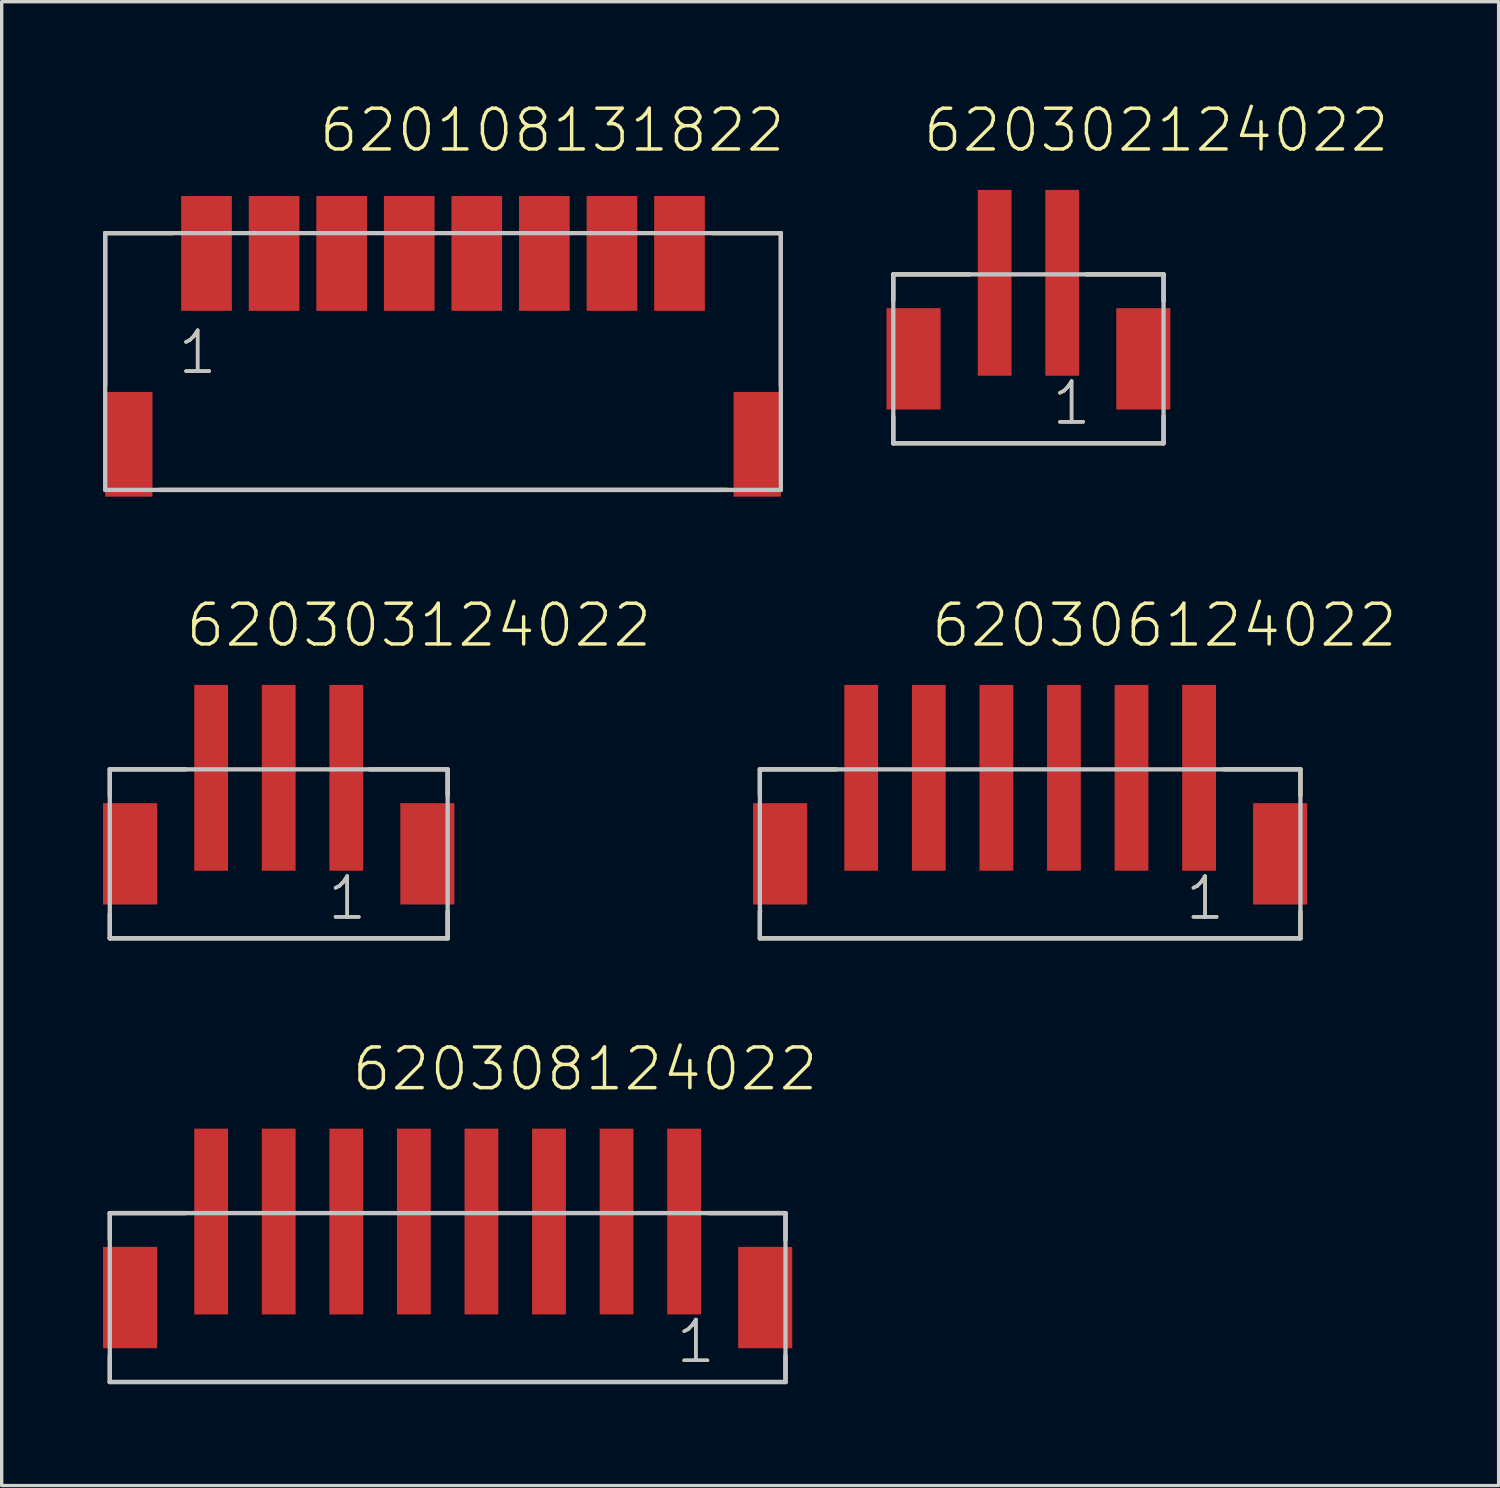
<source format=kicad_pcb>
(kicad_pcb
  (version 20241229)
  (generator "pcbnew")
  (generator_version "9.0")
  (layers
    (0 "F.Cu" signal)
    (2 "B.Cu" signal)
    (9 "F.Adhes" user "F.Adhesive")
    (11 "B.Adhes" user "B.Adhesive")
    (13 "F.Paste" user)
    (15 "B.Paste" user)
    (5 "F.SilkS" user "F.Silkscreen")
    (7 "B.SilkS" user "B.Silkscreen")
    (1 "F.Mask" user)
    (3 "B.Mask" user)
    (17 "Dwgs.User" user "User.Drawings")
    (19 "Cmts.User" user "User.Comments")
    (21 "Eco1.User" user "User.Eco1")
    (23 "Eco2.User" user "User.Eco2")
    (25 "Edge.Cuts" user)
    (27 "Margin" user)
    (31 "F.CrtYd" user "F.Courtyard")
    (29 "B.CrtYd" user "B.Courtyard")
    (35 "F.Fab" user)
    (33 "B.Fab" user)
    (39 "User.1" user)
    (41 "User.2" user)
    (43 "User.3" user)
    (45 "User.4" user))
  (footprint "620302124022"
    (layer "F.Cu")
    (at 27.391 5.321)
    (property "Reference" "620302124022" (at -3.175 -3.81 0) (layer "F.SilkS") (effects (font (size 1.206 1.206) (thickness 0.102)) (justify left bottom)))
    (attr through_hole)
    (fp_line (start -4 -0.25) (end -4 0.53) (stroke (width 0.127) (type solid)) (layer "F.SilkS"))
    (fp_line (start -4 3.96) (end -4 4.75) (stroke (width 0.127) (type solid)) (layer "F.SilkS"))
    (fp_line (start -4 4.75) (end 4 4.75) (stroke (width 0.127) (type solid)) (layer "F.SilkS"))
    (fp_line (start -1.75 -0.25) (end -4 -0.25) (stroke (width 0.127) (type solid)) (layer "F.SilkS"))
    (fp_line (start 1.72 -0.25) (end 4 -0.25) (stroke (width 0.127) (type solid)) (layer "F.SilkS"))
    (fp_line (start 4 -0.25) (end 4 0.54) (stroke (width 0.127) (type solid)) (layer "F.SilkS"))
    (fp_line (start 4 4.75) (end 4 3.95) (stroke (width 0.127) (type solid)) (layer "F.SilkS"))
    (fp_line (start -4 -0.25) (end 4 -0.25) (stroke (width 0.127) (type solid)) (layer "Dwgs.User"))
    (fp_line (start -4 4.75) (end -4 -0.25) (stroke (width 0.127) (type solid)) (layer "Dwgs.User"))
    (fp_line (start 4 -0.25) (end 4 4.75) (stroke (width 0.127) (type solid)) (layer "Dwgs.User"))
    (fp_line (start 4 4.75) (end -4 4.75) (stroke (width 0.127) (type solid)) (layer "Dwgs.User"))
    (fp_text user "1" (at 0.635 4.27 0) (layer "F.SilkS") (effects (font (size 1.206 1.206) (thickness 0.102)) (justify left bottom)))
    (fp_text user "1" (at 0.635 4.27 0) (layer "Dwgs.User") (effects (font (size 1.206 1.206) (thickness 0.102)) (justify left bottom)))
    (pad "1" smd rect (at 1 0) (size 1 5.5) (layers "F.Cu" "F.Mask" "F.Paste"))
    (pad "2" smd rect (at -1 0) (size 1 5.5) (layers "F.Cu" "F.Mask" "F.Paste"))
    (pad "Z1" smd rect (at 3.4 2.25 90) (size 3 1.6) (layers "F.Cu" "F.Mask" "F.Paste"))
    (pad "Z2" smd rect (at -3.4 2.25 90) (size 3 1.6) (layers "F.Cu" "F.Mask" "F.Paste")))
  (footprint "620306124022"
    (layer "F.Cu")
    (at 27.442 19.973)
    (property "Reference" "620306124022" (at -2.985 -3.81 0) (layer "F.SilkS") (effects (font (size 1.206 1.206) (thickness 0.102)) (justify left bottom)))
    (attr through_hole)
    (fp_line (start -8 -0.25) (end -8 0.51) (stroke (width 0.127) (type solid)) (layer "F.SilkS"))
    (fp_line (start -8 3.96) (end -8 4.75) (stroke (width 0.127) (type solid)) (layer "F.SilkS"))
    (fp_line (start -8 4.75) (end 8 4.75) (stroke (width 0.127) (type solid)) (layer "F.SilkS"))
    (fp_line (start -7.99 3.96) (end -8 3.96) (stroke (width 0.127) (type solid)) (layer "F.SilkS"))
    (fp_line (start -5.75 -0.25) (end -8 -0.25) (stroke (width 0.127) (type solid)) (layer "F.SilkS"))
    (fp_line (start 5.74 -0.25) (end 8 -0.25) (stroke (width 0.127) (type solid)) (layer "F.SilkS"))
    (fp_line (start 8 -0.25) (end 8 0.52) (stroke (width 0.127) (type solid)) (layer "F.SilkS"))
    (fp_line (start 8 4.75) (end 8 3.96) (stroke (width 0.127) (type solid)) (layer "F.SilkS"))
    (fp_line (start -8 -0.25) (end 8 -0.25) (stroke (width 0.127) (type solid)) (layer "Dwgs.User"))
    (fp_line (start -8 4.75) (end -8 -0.25) (stroke (width 0.127) (type solid)) (layer "Dwgs.User"))
    (fp_line (start 8 -0.25) (end 8 4.75) (stroke (width 0.127) (type solid)) (layer "Dwgs.User"))
    (fp_line (start 8 4.75) (end -8 4.75) (stroke (width 0.127) (type solid)) (layer "Dwgs.User"))
    (fp_text user "1" (at 4.535 4.27 0) (layer "F.SilkS") (effects (font (size 1.206 1.206) (thickness 0.102)) (justify left bottom)))
    (fp_text user "1" (at 4.535 4.27 0) (layer "Dwgs.User") (effects (font (size 1.206 1.206) (thickness 0.102)) (justify left bottom)))
    (pad "1" smd rect (at 5 0) (size 1 5.5) (layers "F.Cu" "F.Mask" "F.Paste"))
    (pad "2" smd rect (at 3 0) (size 1 5.5) (layers "F.Cu" "F.Mask" "F.Paste"))
    (pad "3" smd rect (at 1 0) (size 1 5.5) (layers "F.Cu" "F.Mask" "F.Paste"))
    (pad "4" smd rect (at -1 0) (size 1 5.5) (layers "F.Cu" "F.Mask" "F.Paste"))
    (pad "5" smd rect (at -3 0) (size 1 5.5) (layers "F.Cu" "F.Mask" "F.Paste"))
    (pad "6" smd rect (at -5 0) (size 1 5.5) (layers "F.Cu" "F.Mask" "F.Paste"))
    (pad "Z1" smd rect (at 7.4 2.25 90) (size 3 1.6) (layers "F.Cu" "F.Mask" "F.Paste"))
    (pad "Z2" smd rect (at -7.4 2.25 90) (size 3 1.6) (layers "F.Cu" "F.Mask" "F.Paste")))
  (footprint "620303124022"
    (layer "F.Cu")
    (at 5.2 19.973)
    (property "Reference" "620303124022" (at -2.81 -3.81 0) (layer "F.SilkS") (effects (font (size 1.206 1.206) (thickness 0.102)) (justify left bottom)))
    (attr through_hole)
    (fp_line (start -5 -0.25) (end -5 0.54) (stroke (width 0.127) (type solid)) (layer "F.SilkS"))
    (fp_line (start -5 4.03) (end -5 4.75) (stroke (width 0.127) (type solid)) (layer "F.SilkS"))
    (fp_line (start -5 4.75) (end 5 4.75) (stroke (width 0.127) (type solid)) (layer "F.SilkS"))
    (fp_line (start -2.76 -0.25) (end -5 -0.25) (stroke (width 0.127) (type solid)) (layer "F.SilkS"))
    (fp_line (start 2.69 -0.25) (end 5 -0.25) (stroke (width 0.127) (type solid)) (layer "F.SilkS"))
    (fp_line (start 5 -0.25) (end 5 0.53) (stroke (width 0.127) (type solid)) (layer "F.SilkS"))
    (fp_line (start 5 4.75) (end 5 3.96) (stroke (width 0.127) (type solid)) (layer "F.SilkS"))
    (fp_line (start -5 -0.25) (end 5 -0.25) (stroke (width 0.127) (type solid)) (layer "Dwgs.User"))
    (fp_line (start -5 4.75) (end -5 -0.25) (stroke (width 0.127) (type solid)) (layer "Dwgs.User"))
    (fp_line (start 5 -0.25) (end 5 4.75) (stroke (width 0.127) (type solid)) (layer "Dwgs.User"))
    (fp_line (start 5 4.75) (end -5 4.75) (stroke (width 0.127) (type solid)) (layer "Dwgs.User"))
    (fp_text user "1" (at 1.385 4.27 0) (layer "F.SilkS") (effects (font (size 1.206 1.206) (thickness 0.102)) (justify left bottom)))
    (fp_text user "1" (at 1.385 4.27 0) (layer "Dwgs.User") (effects (font (size 1.206 1.206) (thickness 0.102)) (justify left bottom)))
    (pad "1" smd rect (at 2 0) (size 1 5.5) (layers "F.Cu" "F.Mask" "F.Paste"))
    (pad "2" smd rect (at 0 0) (size 1 5.5) (layers "F.Cu" "F.Mask" "F.Paste"))
    (pad "3" smd rect (at -2 0) (size 1 5.5) (layers "F.Cu" "F.Mask" "F.Paste"))
    (pad "Z1" smd rect (at 4.4 2.25 90) (size 3 1.6) (layers "F.Cu" "F.Mask" "F.Paste"))
    (pad "Z2" smd rect (at -4.4 2.25 90) (size 3 1.6) (layers "F.Cu" "F.Mask" "F.Paste")))
  (footprint "620108131822"
    (layer "F.Cu")
    (at 10.063 4.451)
    (property "Reference" "620108131822" (at -3.725 -2.94 0) (layer "F.SilkS") (effects (font (size 1.206 1.206) (thickness 0.102)) (justify left bottom)))
    (attr through_hole)
    (fp_line (start -10 -0.6) (end -10 3.9) (stroke (width 0.127) (type solid)) (layer "F.SilkS"))
    (fp_line (start -8.4 7) (end 8.4 7) (stroke (width 0.127) (type solid)) (layer "F.SilkS"))
    (fp_line (start -8 -0.6) (end -10 -0.6) (stroke (width 0.127) (type solid)) (layer "F.SilkS"))
    (fp_line (start 8 -0.6) (end 10 -0.6) (stroke (width 0.127) (type solid)) (layer "F.SilkS"))
    (fp_line (start 10 -0.6) (end 10 3.9) (stroke (width 0.127) (type solid)) (layer "F.SilkS"))
    (fp_line (start -10 -0.6) (end 10 -0.6) (stroke (width 0.127) (type solid)) (layer "Dwgs.User"))
    (fp_line (start -10 7) (end -10 -0.6) (stroke (width 0.127) (type solid)) (layer "Dwgs.User"))
    (fp_line (start 10 -0.6) (end 10 7) (stroke (width 0.127) (type solid)) (layer "Dwgs.User"))
    (fp_line (start 10 7) (end -10 7) (stroke (width 0.127) (type solid)) (layer "Dwgs.User"))
    (fp_text user "1" (at -7.905 3.635 0) (layer "F.SilkS") (effects (font (size 1.206 1.206) (thickness 0.102)) (justify left bottom)))
    (fp_text user "1" (at -7.905 3.635 0) (layer "Dwgs.User") (effects (font (size 1.206 1.206) (thickness 0.102)) (justify left bottom)))
    (pad "1" smd rect (at -7 0 180) (size 1.5 3.4) (layers "F.Cu" "F.Mask" "F.Paste"))
    (pad "2" smd rect (at -5 0 180) (size 1.5 3.4) (layers "F.Cu" "F.Mask" "F.Paste"))
    (pad "3" smd rect (at -3 0 180) (size 1.5 3.4) (layers "F.Cu" "F.Mask" "F.Paste"))
    (pad "4" smd rect (at -1 0 180) (size 1.5 3.4) (layers "F.Cu" "F.Mask" "F.Paste"))
    (pad "5" smd rect (at 1 0 180) (size 1.5 3.4) (layers "F.Cu" "F.Mask" "F.Paste"))
    (pad "6" smd rect (at 3 0 180) (size 1.5 3.4) (layers "F.Cu" "F.Mask" "F.Paste"))
    (pad "7" smd rect (at 5 0 180) (size 1.5 3.4) (layers "F.Cu" "F.Mask" "F.Paste"))
    (pad "8" smd rect (at 7 0 180) (size 1.5 3.4) (layers "F.Cu" "F.Mask" "F.Paste"))
    (pad "Z1" smd rect (at -9.3 5.65 180) (size 1.4 3.1) (layers "F.Cu" "F.Mask" "F.Paste"))
    (pad "Z2" smd rect (at 9.3 5.65 180) (size 1.4 3.1) (layers "F.Cu" "F.Mask" "F.Paste")))
  (footprint "620308124022"
    (layer "F.Cu")
    (at 10.2 33.107)
    (property "Reference" "620308124022" (at -2.89 -3.81 0) (layer "F.SilkS") (effects (font (size 1.206 1.206) (thickness 0.102)) (justify left bottom)))
    (attr through_hole)
    (fp_line (start -10 -0.25) (end -10 0.53) (stroke (width 0.127) (type solid)) (layer "F.SilkS"))
    (fp_line (start -10 3.97) (end -10 4.75) (stroke (width 0.127) (type solid)) (layer "F.SilkS"))
    (fp_line (start -10 4.75) (end 10 4.75) (stroke (width 0.127) (type solid)) (layer "F.SilkS"))
    (fp_line (start -7.76 -0.25) (end -10 -0.25) (stroke (width 0.127) (type solid)) (layer "F.SilkS"))
    (fp_line (start 7.72 -0.25) (end 10 -0.25) (stroke (width 0.127) (type solid)) (layer "F.SilkS"))
    (fp_line (start 10 -0.25) (end 10 0.55) (stroke (width 0.127) (type solid)) (layer "F.SilkS"))
    (fp_line (start 10 4.75) (end 10 3.97) (stroke (width 0.127) (type solid)) (layer "F.SilkS"))
    (fp_line (start -10 -0.25) (end 10 -0.25) (stroke (width 0.127) (type solid)) (layer "Dwgs.User"))
    (fp_line (start -10 4.75) (end -10 -0.25) (stroke (width 0.127) (type solid)) (layer "Dwgs.User"))
    (fp_line (start 10 -0.25) (end 10 4.75) (stroke (width 0.127) (type solid)) (layer "Dwgs.User"))
    (fp_line (start 10 4.75) (end -10 4.75) (stroke (width 0.127) (type solid)) (layer "Dwgs.User"))
    (fp_text user "1" (at 6.705 4.26 0) (layer "F.SilkS") (effects (font (size 1.206 1.206) (thickness 0.102)) (justify left bottom)))
    (fp_text user "1" (at 6.705 4.26 0) (layer "Dwgs.User") (effects (font (size 1.206 1.206) (thickness 0.102)) (justify left bottom)))
    (pad "1" smd rect (at 7 0) (size 1 5.5) (layers "F.Cu" "F.Mask" "F.Paste"))
    (pad "2" smd rect (at 5 0) (size 1 5.5) (layers "F.Cu" "F.Mask" "F.Paste"))
    (pad "3" smd rect (at 3 0) (size 1 5.5) (layers "F.Cu" "F.Mask" "F.Paste"))
    (pad "4" smd rect (at 1 0) (size 1 5.5) (layers "F.Cu" "F.Mask" "F.Paste"))
    (pad "5" smd rect (at -1 0) (size 1 5.5) (layers "F.Cu" "F.Mask" "F.Paste"))
    (pad "6" smd rect (at -3 0) (size 1 5.5) (layers "F.Cu" "F.Mask" "F.Paste"))
    (pad "7" smd rect (at -5 0) (size 1 5.5) (layers "F.Cu" "F.Mask" "F.Paste"))
    (pad "8" smd rect (at -7 0) (size 1 5.5) (layers "F.Cu" "F.Mask" "F.Paste"))
    (pad "Z1" smd rect (at 9.4 2.25 90) (size 3 1.6) (layers "F.Cu" "F.Mask" "F.Paste"))
    (pad "Z2" smd rect (at -9.4 2.25 90) (size 3 1.6) (layers "F.Cu" "F.Mask" "F.Paste")))
  (gr_rect
    (start -3 -3)
    (end 41.309 40.921)
    (stroke (width 0.1) (type default))
    (fill no)
    (layer "Edge.Cuts")))
</source>
